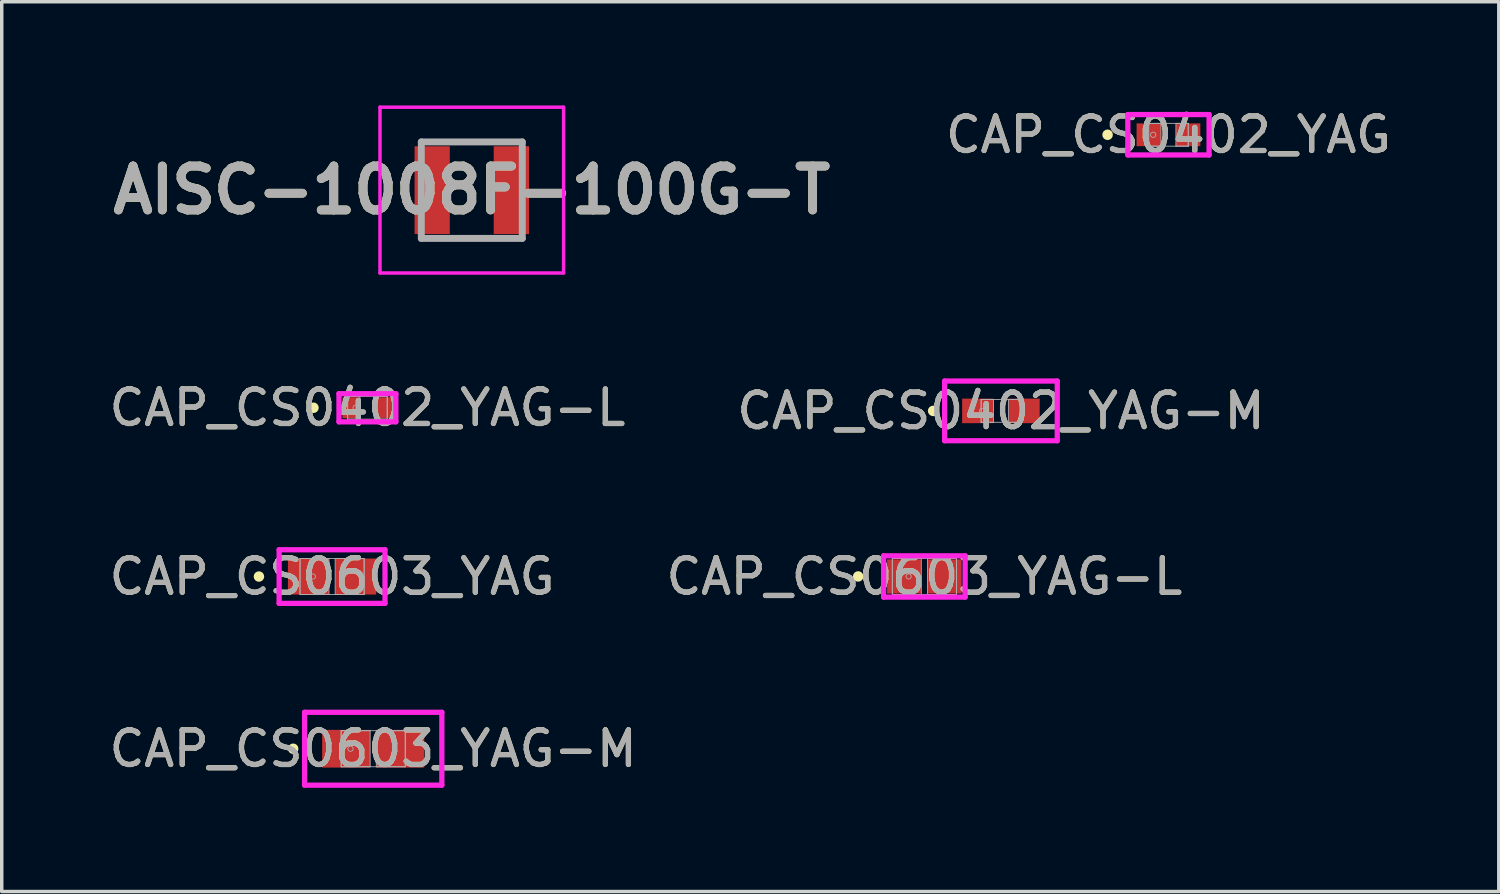
<source format=kicad_pcb>
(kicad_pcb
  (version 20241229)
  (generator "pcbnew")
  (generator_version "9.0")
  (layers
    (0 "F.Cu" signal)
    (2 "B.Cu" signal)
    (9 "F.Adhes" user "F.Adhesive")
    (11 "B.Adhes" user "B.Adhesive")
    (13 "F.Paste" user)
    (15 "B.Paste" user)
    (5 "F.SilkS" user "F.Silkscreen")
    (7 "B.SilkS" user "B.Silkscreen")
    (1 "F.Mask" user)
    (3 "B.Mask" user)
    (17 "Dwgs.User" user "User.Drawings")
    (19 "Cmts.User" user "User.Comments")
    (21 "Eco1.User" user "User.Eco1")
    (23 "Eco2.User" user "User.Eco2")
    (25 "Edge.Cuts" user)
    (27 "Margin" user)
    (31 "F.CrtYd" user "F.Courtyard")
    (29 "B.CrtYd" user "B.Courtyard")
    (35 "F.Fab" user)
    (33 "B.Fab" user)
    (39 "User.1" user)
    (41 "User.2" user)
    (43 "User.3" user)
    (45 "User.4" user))
  (footprint "CAP_CS0603_YAG-M"
    (layer "F.Cu")
    (at 7.744 18.605)
    (property "Reference" "CAP_CS0603_YAG-M" (at 0 0 0) (unlocked yes) (layer "F.SilkS") (effects (font (size 1 1) (thickness 0.15))))
    (attr smd)
    (fp_circle (center -2.315 0) (end -2.239 0) (stroke (width 0.152) (type solid)) (fill no) (layer "F.SilkS"))
    (fp_line (start -1.985 -1.054) (end 1.985 -1.054) (stroke (width 0.152) (type solid)) (layer "F.CrtYd"))
    (fp_line (start -1.985 1.054) (end -1.985 -1.054) (stroke (width 0.152) (type solid)) (layer "F.CrtYd"))
    (fp_line (start 1.985 -1.054) (end 1.985 1.054) (stroke (width 0.152) (type solid)) (layer "F.CrtYd"))
    (fp_line (start 1.985 1.054) (end -1.985 1.054) (stroke (width 0.152) (type solid)) (layer "F.CrtYd"))
    (fp_line (start -0.927 -0.521) (end -0.927 0.521) (stroke (width 0.025) (type solid)) (layer "F.Fab"))
    (fp_line (start -0.927 -0.521) (end -0.927 0.521) (stroke (width 0.025) (type solid)) (layer "F.Fab"))
    (fp_line (start -0.927 0.521) (end -0.089 0.521) (stroke (width 0.025) (type solid)) (layer "F.Fab"))
    (fp_line (start -0.927 0.521) (end 0.927 0.521) (stroke (width 0.025) (type solid)) (layer "F.Fab"))
    (fp_line (start -0.089 -0.521) (end -0.927 -0.521) (stroke (width 0.025) (type solid)) (layer "F.Fab"))
    (fp_line (start -0.089 0.521) (end -0.089 -0.521) (stroke (width 0.025) (type solid)) (layer "F.Fab"))
    (fp_line (start 0.089 -0.521) (end 0.089 0.521) (stroke (width 0.025) (type solid)) (layer "F.Fab"))
    (fp_line (start 0.089 0.521) (end 0.927 0.521) (stroke (width 0.025) (type solid)) (layer "F.Fab"))
    (fp_line (start 0.927 -0.521) (end -0.927 -0.521) (stroke (width 0.025) (type solid)) (layer "F.Fab"))
    (fp_line (start 0.927 -0.521) (end 0.089 -0.521) (stroke (width 0.025) (type solid)) (layer "F.Fab"))
    (fp_line (start 0.927 0.521) (end 0.927 -0.521) (stroke (width 0.025) (type solid)) (layer "F.Fab"))
    (fp_line (start 0.927 0.521) (end 0.927 -0.521) (stroke (width 0.025) (type solid)) (layer "F.Fab"))
    (fp_circle (center -0.656 0) (end -0.58 0) (stroke (width 0.025) (type solid)) (fill no) (layer "F.Fab"))
    (fp_text user "${REFERENCE}" (at 0 0 0) (unlocked yes) (layer "F.Fab") (effects (font (size 1 1) (thickness 0.15))))
    (pad "1" smd rect (at -0.783 0) (size 1.388 1.091) (layers "F.Cu" "F.Mask" "F.Paste"))
    (pad "2" smd rect (at 0.783 0) (size 1.388 1.091) (layers "F.Cu" "F.Mask" "F.Paste"))
    (zone (net_name "") (layer "F.Cu") (hatch full 0.508) (connect_pads) (min_thickness 0.254) (filled_areas_thickness no) (keepout (tracks not_allowed) (vias not_allowed) (pads allowed) (copperpour not_allowed) (footprints allowed)) (placement (enabled no)) (fill) (polygon (pts (xy 7.706 18.136) (xy 7.782 18.136) (xy 7.782 19.075) (xy 7.706 19.075)))))
  (footprint "CAP_CS0402_YAG"
    (layer "F.Cu")
    (at 30.744 0.848)
    (property "Reference" "CAP_CS0402_YAG" (at 0 0 0) (unlocked yes) (layer "F.SilkS") (effects (font (size 1 1) (thickness 0.15))))
    (attr smd)
    (fp_circle (center -1.76 0) (end -1.683 0) (stroke (width 0.152) (type solid)) (fill no) (layer "F.SilkS"))
    (fp_line (start -1.175 -0.584) (end 1.175 -0.584) (stroke (width 0.152) (type solid)) (layer "F.CrtYd"))
    (fp_line (start -1.175 0.584) (end -1.175 -0.584) (stroke (width 0.152) (type solid)) (layer "F.CrtYd"))
    (fp_line (start 1.175 -0.584) (end 1.175 0.584) (stroke (width 0.152) (type solid)) (layer "F.CrtYd"))
    (fp_line (start 1.175 0.584) (end -1.175 0.584) (stroke (width 0.152) (type solid)) (layer "F.CrtYd"))
    (fp_line (start -0.572 -0.33) (end -0.572 0.33) (stroke (width 0.025) (type solid)) (layer "F.Fab"))
    (fp_line (start -0.572 -0.33) (end -0.572 0.33) (stroke (width 0.025) (type solid)) (layer "F.Fab"))
    (fp_line (start -0.572 0.33) (end -0.216 0.33) (stroke (width 0.025) (type solid)) (layer "F.Fab"))
    (fp_line (start -0.572 0.33) (end 0.572 0.33) (stroke (width 0.025) (type solid)) (layer "F.Fab"))
    (fp_line (start -0.216 -0.33) (end -0.572 -0.33) (stroke (width 0.025) (type solid)) (layer "F.Fab"))
    (fp_line (start -0.216 0.33) (end -0.216 -0.33) (stroke (width 0.025) (type solid)) (layer "F.Fab"))
    (fp_line (start 0.216 -0.33) (end 0.216 0.33) (stroke (width 0.025) (type solid)) (layer "F.Fab"))
    (fp_line (start 0.216 0.33) (end 0.572 0.33) (stroke (width 0.025) (type solid)) (layer "F.Fab"))
    (fp_line (start 0.572 -0.33) (end -0.572 -0.33) (stroke (width 0.025) (type solid)) (layer "F.Fab"))
    (fp_line (start 0.572 -0.33) (end 0.216 -0.33) (stroke (width 0.025) (type solid)) (layer "F.Fab"))
    (fp_line (start 0.572 0.33) (end 0.572 -0.33) (stroke (width 0.025) (type solid)) (layer "F.Fab"))
    (fp_line (start 0.572 0.33) (end 0.572 -0.33) (stroke (width 0.025) (type solid)) (layer "F.Fab"))
    (fp_circle (center -0.442 0) (end -0.365 0) (stroke (width 0.025) (type solid)) (fill no) (layer "F.Fab"))
    (fp_text user "${REFERENCE}" (at 0 0 0) (unlocked yes) (layer "F.Fab") (effects (font (size 1 1) (thickness 0.15))))
    (pad "1" smd rect (at -0.569 0) (size 0.706 0.66) (layers "F.Cu" "F.Mask" "F.Paste"))
    (pad "2" smd rect (at 0.569 0) (size 0.706 0.66) (layers "F.Cu" "F.Mask" "F.Paste"))
    (zone (net_name "") (layer "F.Cu") (hatch full 0.508) (connect_pads) (min_thickness 0.254) (filled_areas_thickness no) (keepout (tracks not_allowed) (vias not_allowed) (pads allowed) (copperpour not_allowed) (footprints allowed)) (placement (enabled no)) (fill) (polygon (pts (xy 30.579 0.569) (xy 30.91 0.569) (xy 30.91 1.128) (xy 30.579 1.128)))))
  (footprint "CAP_CS0402_YAG-L"
    (layer "F.Cu")
    (at 7.577 8.743)
    (property "Reference" "CAP_CS0402_YAG-L" (at 0 0 0) (unlocked yes) (layer "F.SilkS") (effects (font (size 1 1) (thickness 0.15))))
    (attr smd)
    (fp_circle (center -1.56 0) (end -1.484 0) (stroke (width 0.152) (type solid)) (fill no) (layer "F.SilkS"))
    (fp_line (start -0.823 -0.407) (end 0.823 -0.407) (stroke (width 0.152) (type solid)) (layer "F.CrtYd"))
    (fp_line (start -0.823 0.407) (end -0.823 -0.407) (stroke (width 0.152) (type solid)) (layer "F.CrtYd"))
    (fp_line (start 0.823 -0.407) (end 0.823 0.407) (stroke (width 0.152) (type solid)) (layer "F.CrtYd"))
    (fp_line (start 0.823 0.407) (end -0.823 0.407) (stroke (width 0.152) (type solid)) (layer "F.CrtYd"))
    (fp_line (start -0.572 -0.33) (end -0.572 0.33) (stroke (width 0.025) (type solid)) (layer "F.Fab"))
    (fp_line (start -0.572 -0.33) (end -0.572 0.33) (stroke (width 0.025) (type solid)) (layer "F.Fab"))
    (fp_line (start -0.572 0.33) (end -0.216 0.33) (stroke (width 0.025) (type solid)) (layer "F.Fab"))
    (fp_line (start -0.572 0.33) (end 0.572 0.33) (stroke (width 0.025) (type solid)) (layer "F.Fab"))
    (fp_line (start -0.216 -0.33) (end -0.572 -0.33) (stroke (width 0.025) (type solid)) (layer "F.Fab"))
    (fp_line (start -0.216 0.33) (end -0.216 -0.33) (stroke (width 0.025) (type solid)) (layer "F.Fab"))
    (fp_line (start 0.216 -0.33) (end 0.216 0.33) (stroke (width 0.025) (type solid)) (layer "F.Fab"))
    (fp_line (start 0.216 0.33) (end 0.572 0.33) (stroke (width 0.025) (type solid)) (layer "F.Fab"))
    (fp_line (start 0.572 -0.33) (end -0.572 -0.33) (stroke (width 0.025) (type solid)) (layer "F.Fab"))
    (fp_line (start 0.572 -0.33) (end 0.216 -0.33) (stroke (width 0.025) (type solid)) (layer "F.Fab"))
    (fp_line (start 0.572 0.33) (end 0.572 -0.33) (stroke (width 0.025) (type solid)) (layer "F.Fab"))
    (fp_line (start 0.572 0.33) (end 0.572 -0.33) (stroke (width 0.025) (type solid)) (layer "F.Fab"))
    (fp_circle (center -0.342 0) (end -0.266 0) (stroke (width 0.025) (type solid)) (fill no) (layer "F.Fab"))
    (fp_text user "${REFERENCE}" (at 0 0 0) (unlocked yes) (layer "F.Fab") (effects (font (size 1 1) (thickness 0.15))))
    (pad "1" smd rect (at -0.469 0) (size 0.506 0.61) (layers "F.Cu" "F.Mask" "F.Paste"))
    (pad "2" smd rect (at 0.469 0) (size 0.506 0.61) (layers "F.Cu" "F.Mask" "F.Paste"))
    (zone (net_name "") (layer "F.Cu") (hatch full 0.508) (connect_pads) (min_thickness 0.254) (filled_areas_thickness no) (keepout (tracks not_allowed) (vias not_allowed) (pads allowed) (copperpour not_allowed) (footprints allowed)) (placement (enabled no)) (fill) (polygon (pts (xy 7.412 8.464) (xy 7.742 8.464) (xy 7.742 9.023) (xy 7.412 9.023)))))
  (footprint "AISC-1008F-100G-T"
    (layer "F.Cu")
    (at 10.595 2.45)
    (property "Reference" "AISC-1008F-100G-T" (at 0 -0.002 0) (layer "F.SilkS") (effects (font (size 1.27 1.27) (thickness 0.254))))
    (attr smd)
    (fp_line (start -0.4 -1.4) (end 0.4 -1.395) (stroke (width 0.1) (type solid)) (layer "F.SilkS"))
    (fp_line (start -0.4 1.395) (end 0.4 1.395) (stroke (width 0.1) (type solid)) (layer "F.SilkS"))
    (fp_line (start -2.655 -2.4) (end 2.655 -2.4) (stroke (width 0.1) (type solid)) (layer "F.CrtYd"))
    (fp_line (start -2.655 2.395) (end -2.655 -2.4) (stroke (width 0.1) (type solid)) (layer "F.CrtYd"))
    (fp_line (start 2.655 -2.4) (end 2.655 2.395) (stroke (width 0.1) (type solid)) (layer "F.CrtYd"))
    (fp_line (start 2.655 2.395) (end -2.655 2.395) (stroke (width 0.1) (type solid)) (layer "F.CrtYd"))
    (fp_line (start -1.46 -1.395) (end 1.46 -1.395) (stroke (width 0.2) (type solid)) (layer "F.Fab"))
    (fp_line (start -1.46 1.395) (end -1.46 -1.395) (stroke (width 0.2) (type solid)) (layer "F.Fab"))
    (fp_line (start 1.46 -1.395) (end 1.46 1.395) (stroke (width 0.2) (type solid)) (layer "F.Fab"))
    (fp_line (start 1.46 1.395) (end -1.46 1.395) (stroke (width 0.2) (type solid)) (layer "F.Fab"))
    (fp_text user "${REFERENCE}" (at 0 -0.002 0) (layer "F.Fab") (effects (font (size 1.27 1.27) (thickness 0.254))))
    (pad "1" smd rect (at -1.145 0) (size 1.02 2.54) (layers "F.Cu" "F.Mask" "F.Paste"))
    (pad "2" smd rect (at 1.145 0) (size 1.02 2.54) (layers "F.Cu" "F.Mask" "F.Paste")))
  (footprint "CAP_CS0603_YAG-L"
    (layer "F.Cu")
    (at 23.685 13.622)
    (property "Reference" "CAP_CS0603_YAG-L" (at 0 0 0) (unlocked yes) (layer "F.SilkS") (effects (font (size 1 1) (thickness 0.15))))
    (attr smd)
    (fp_circle (center -1.915 0) (end -1.839 0) (stroke (width 0.152) (type solid)) (fill no) (layer "F.SilkS"))
    (fp_line (start -1.179 -0.597) (end 1.179 -0.597) (stroke (width 0.152) (type solid)) (layer "F.CrtYd"))
    (fp_line (start -1.179 0.597) (end -1.179 -0.597) (stroke (width 0.152) (type solid)) (layer "F.CrtYd"))
    (fp_line (start 1.179 -0.597) (end 1.179 0.597) (stroke (width 0.152) (type solid)) (layer "F.CrtYd"))
    (fp_line (start 1.179 0.597) (end -1.179 0.597) (stroke (width 0.152) (type solid)) (layer "F.CrtYd"))
    (fp_line (start -0.927 -0.521) (end -0.927 0.521) (stroke (width 0.025) (type solid)) (layer "F.Fab"))
    (fp_line (start -0.927 -0.521) (end -0.927 0.521) (stroke (width 0.025) (type solid)) (layer "F.Fab"))
    (fp_line (start -0.927 0.521) (end -0.089 0.521) (stroke (width 0.025) (type solid)) (layer "F.Fab"))
    (fp_line (start -0.927 0.521) (end 0.927 0.521) (stroke (width 0.025) (type solid)) (layer "F.Fab"))
    (fp_line (start -0.089 -0.521) (end -0.927 -0.521) (stroke (width 0.025) (type solid)) (layer "F.Fab"))
    (fp_line (start -0.089 0.521) (end -0.089 -0.521) (stroke (width 0.025) (type solid)) (layer "F.Fab"))
    (fp_line (start 0.089 -0.521) (end 0.089 0.521) (stroke (width 0.025) (type solid)) (layer "F.Fab"))
    (fp_line (start 0.089 0.521) (end 0.927 0.521) (stroke (width 0.025) (type solid)) (layer "F.Fab"))
    (fp_line (start 0.927 -0.521) (end -0.927 -0.521) (stroke (width 0.025) (type solid)) (layer "F.Fab"))
    (fp_line (start 0.927 -0.521) (end 0.089 -0.521) (stroke (width 0.025) (type solid)) (layer "F.Fab"))
    (fp_line (start 0.927 0.521) (end 0.927 -0.521) (stroke (width 0.025) (type solid)) (layer "F.Fab"))
    (fp_line (start 0.927 0.521) (end 0.927 -0.521) (stroke (width 0.025) (type solid)) (layer "F.Fab"))
    (fp_circle (center -0.456 0) (end -0.38 0) (stroke (width 0.025) (type solid)) (fill no) (layer "F.Fab"))
    (fp_text user "${REFERENCE}" (at 0 0 0) (unlocked yes) (layer "F.Fab") (effects (font (size 1 1) (thickness 0.15))))
    (pad "1" smd rect (at -0.583 0) (size 0.988 0.991) (layers "F.Cu" "F.Mask" "F.Paste"))
    (pad "2" smd rect (at 0.583 0) (size 0.988 0.991) (layers "F.Cu" "F.Mask" "F.Paste"))
    (zone (net_name "") (layer "F.Cu") (hatch full 0.508) (connect_pads) (min_thickness 0.254) (filled_areas_thickness no) (keepout (tracks not_allowed) (vias not_allowed) (pads allowed) (copperpour not_allowed) (footprints allowed)) (placement (enabled no)) (fill) (polygon (pts (xy 23.646 13.152) (xy 23.723 13.152) (xy 23.723 14.092) (xy 23.646 14.092)))))
  (footprint "CAP_CS0402_YAG-M"
    (layer "F.Cu")
    (at 25.899 8.834)
    (property "Reference" "CAP_CS0402_YAG-M" (at 0 0 0) (unlocked yes) (layer "F.SilkS") (effects (font (size 1 1) (thickness 0.15))))
    (attr smd)
    (fp_circle (center -1.96 0) (end -1.883 0) (stroke (width 0.152) (type solid)) (fill no) (layer "F.SilkS"))
    (fp_line (start -1.629 -0.863) (end 1.629 -0.863) (stroke (width 0.152) (type solid)) (layer "F.CrtYd"))
    (fp_line (start -1.629 0.863) (end -1.629 -0.863) (stroke (width 0.152) (type solid)) (layer "F.CrtYd"))
    (fp_line (start 1.629 -0.863) (end 1.629 0.863) (stroke (width 0.152) (type solid)) (layer "F.CrtYd"))
    (fp_line (start 1.629 0.863) (end -1.629 0.863) (stroke (width 0.152) (type solid)) (layer "F.CrtYd"))
    (fp_line (start -0.572 -0.33) (end -0.572 0.33) (stroke (width 0.025) (type solid)) (layer "F.Fab"))
    (fp_line (start -0.572 -0.33) (end -0.572 0.33) (stroke (width 0.025) (type solid)) (layer "F.Fab"))
    (fp_line (start -0.572 0.33) (end -0.216 0.33) (stroke (width 0.025) (type solid)) (layer "F.Fab"))
    (fp_line (start -0.572 0.33) (end 0.572 0.33) (stroke (width 0.025) (type solid)) (layer "F.Fab"))
    (fp_line (start -0.216 -0.33) (end -0.572 -0.33) (stroke (width 0.025) (type solid)) (layer "F.Fab"))
    (fp_line (start -0.216 0.33) (end -0.216 -0.33) (stroke (width 0.025) (type solid)) (layer "F.Fab"))
    (fp_line (start 0.216 -0.33) (end 0.216 0.33) (stroke (width 0.025) (type solid)) (layer "F.Fab"))
    (fp_line (start 0.216 0.33) (end 0.572 0.33) (stroke (width 0.025) (type solid)) (layer "F.Fab"))
    (fp_line (start 0.572 -0.33) (end -0.572 -0.33) (stroke (width 0.025) (type solid)) (layer "F.Fab"))
    (fp_line (start 0.572 -0.33) (end 0.216 -0.33) (stroke (width 0.025) (type solid)) (layer "F.Fab"))
    (fp_line (start 0.572 0.33) (end 0.572 -0.33) (stroke (width 0.025) (type solid)) (layer "F.Fab"))
    (fp_line (start 0.572 0.33) (end 0.572 -0.33) (stroke (width 0.025) (type solid)) (layer "F.Fab"))
    (fp_circle (center -0.542 0) (end -0.466 0) (stroke (width 0.025) (type solid)) (fill no) (layer "F.Fab"))
    (fp_text user "${REFERENCE}" (at 0 0 0) (unlocked yes) (layer "F.Fab") (effects (font (size 1 1) (thickness 0.15))))
    (pad "1" smd rect (at -0.669 0) (size 0.906 0.71) (layers "F.Cu" "F.Mask" "F.Paste"))
    (pad "2" smd rect (at 0.669 0) (size 0.906 0.71) (layers "F.Cu" "F.Mask" "F.Paste"))
    (zone (net_name "") (layer "F.Cu") (hatch full 0.508) (connect_pads) (min_thickness 0.254) (filled_areas_thickness no) (keepout (tracks not_allowed) (vias not_allowed) (pads allowed) (copperpour not_allowed) (footprints allowed)) (placement (enabled no)) (fill) (polygon (pts (xy 25.734 8.555) (xy 26.064 8.555) (xy 26.064 9.114) (xy 25.734 9.114)))))
  (footprint "CAP_CS0603_YAG"
    (layer "F.Cu")
    (at 6.554 13.625)
    (property "Reference" "CAP_CS0603_YAG" (at 0 0 0) (unlocked yes) (layer "F.SilkS") (effects (font (size 1 1) (thickness 0.15))))
    (attr smd)
    (fp_circle (center -2.115 0) (end -2.039 0) (stroke (width 0.152) (type solid)) (fill no) (layer "F.SilkS"))
    (fp_line (start -1.531 -0.775) (end 1.531 -0.775) (stroke (width 0.152) (type solid)) (layer "F.CrtYd"))
    (fp_line (start -1.531 0.775) (end -1.531 -0.775) (stroke (width 0.152) (type solid)) (layer "F.CrtYd"))
    (fp_line (start 1.531 -0.775) (end 1.531 0.775) (stroke (width 0.152) (type solid)) (layer "F.CrtYd"))
    (fp_line (start 1.531 0.775) (end -1.531 0.775) (stroke (width 0.152) (type solid)) (layer "F.CrtYd"))
    (fp_line (start -0.927 -0.521) (end -0.927 0.521) (stroke (width 0.025) (type solid)) (layer "F.Fab"))
    (fp_line (start -0.927 -0.521) (end -0.927 0.521) (stroke (width 0.025) (type solid)) (layer "F.Fab"))
    (fp_line (start -0.927 0.521) (end -0.089 0.521) (stroke (width 0.025) (type solid)) (layer "F.Fab"))
    (fp_line (start -0.927 0.521) (end 0.927 0.521) (stroke (width 0.025) (type solid)) (layer "F.Fab"))
    (fp_line (start -0.089 -0.521) (end -0.927 -0.521) (stroke (width 0.025) (type solid)) (layer "F.Fab"))
    (fp_line (start -0.089 0.521) (end -0.089 -0.521) (stroke (width 0.025) (type solid)) (layer "F.Fab"))
    (fp_line (start 0.089 -0.521) (end 0.089 0.521) (stroke (width 0.025) (type solid)) (layer "F.Fab"))
    (fp_line (start 0.089 0.521) (end 0.927 0.521) (stroke (width 0.025) (type solid)) (layer "F.Fab"))
    (fp_line (start 0.927 -0.521) (end -0.927 -0.521) (stroke (width 0.025) (type solid)) (layer "F.Fab"))
    (fp_line (start 0.927 -0.521) (end 0.089 -0.521) (stroke (width 0.025) (type solid)) (layer "F.Fab"))
    (fp_line (start 0.927 0.521) (end 0.927 -0.521) (stroke (width 0.025) (type solid)) (layer "F.Fab"))
    (fp_line (start 0.927 0.521) (end 0.927 -0.521) (stroke (width 0.025) (type solid)) (layer "F.Fab"))
    (fp_circle (center -0.556 0) (end -0.48 0) (stroke (width 0.025) (type solid)) (fill no) (layer "F.Fab"))
    (fp_text user "${REFERENCE}" (at 0 0 0) (unlocked yes) (layer "F.Fab") (effects (font (size 1 1) (thickness 0.15))))
    (pad "1" smd rect (at -0.683 0) (size 1.188 1.041) (layers "F.Cu" "F.Mask" "F.Paste"))
    (pad "2" smd rect (at 0.683 0) (size 1.188 1.041) (layers "F.Cu" "F.Mask" "F.Paste"))
    (zone (net_name "") (layer "F.Cu") (hatch full 0.508) (connect_pads) (min_thickness 0.254) (filled_areas_thickness no) (keepout (tracks not_allowed) (vias not_allowed) (pads allowed) (copperpour not_allowed) (footprints allowed)) (placement (enabled no)) (fill) (polygon (pts (xy 6.515 13.155) (xy 6.592 13.155) (xy 6.592 14.095) (xy 6.515 14.095)))))
  (gr_rect
    (start -3 -3)
    (end 40.298 22.735)
    (stroke (width 0.1) (type default))
    (fill no)
    (layer "Edge.Cuts")))
</source>
